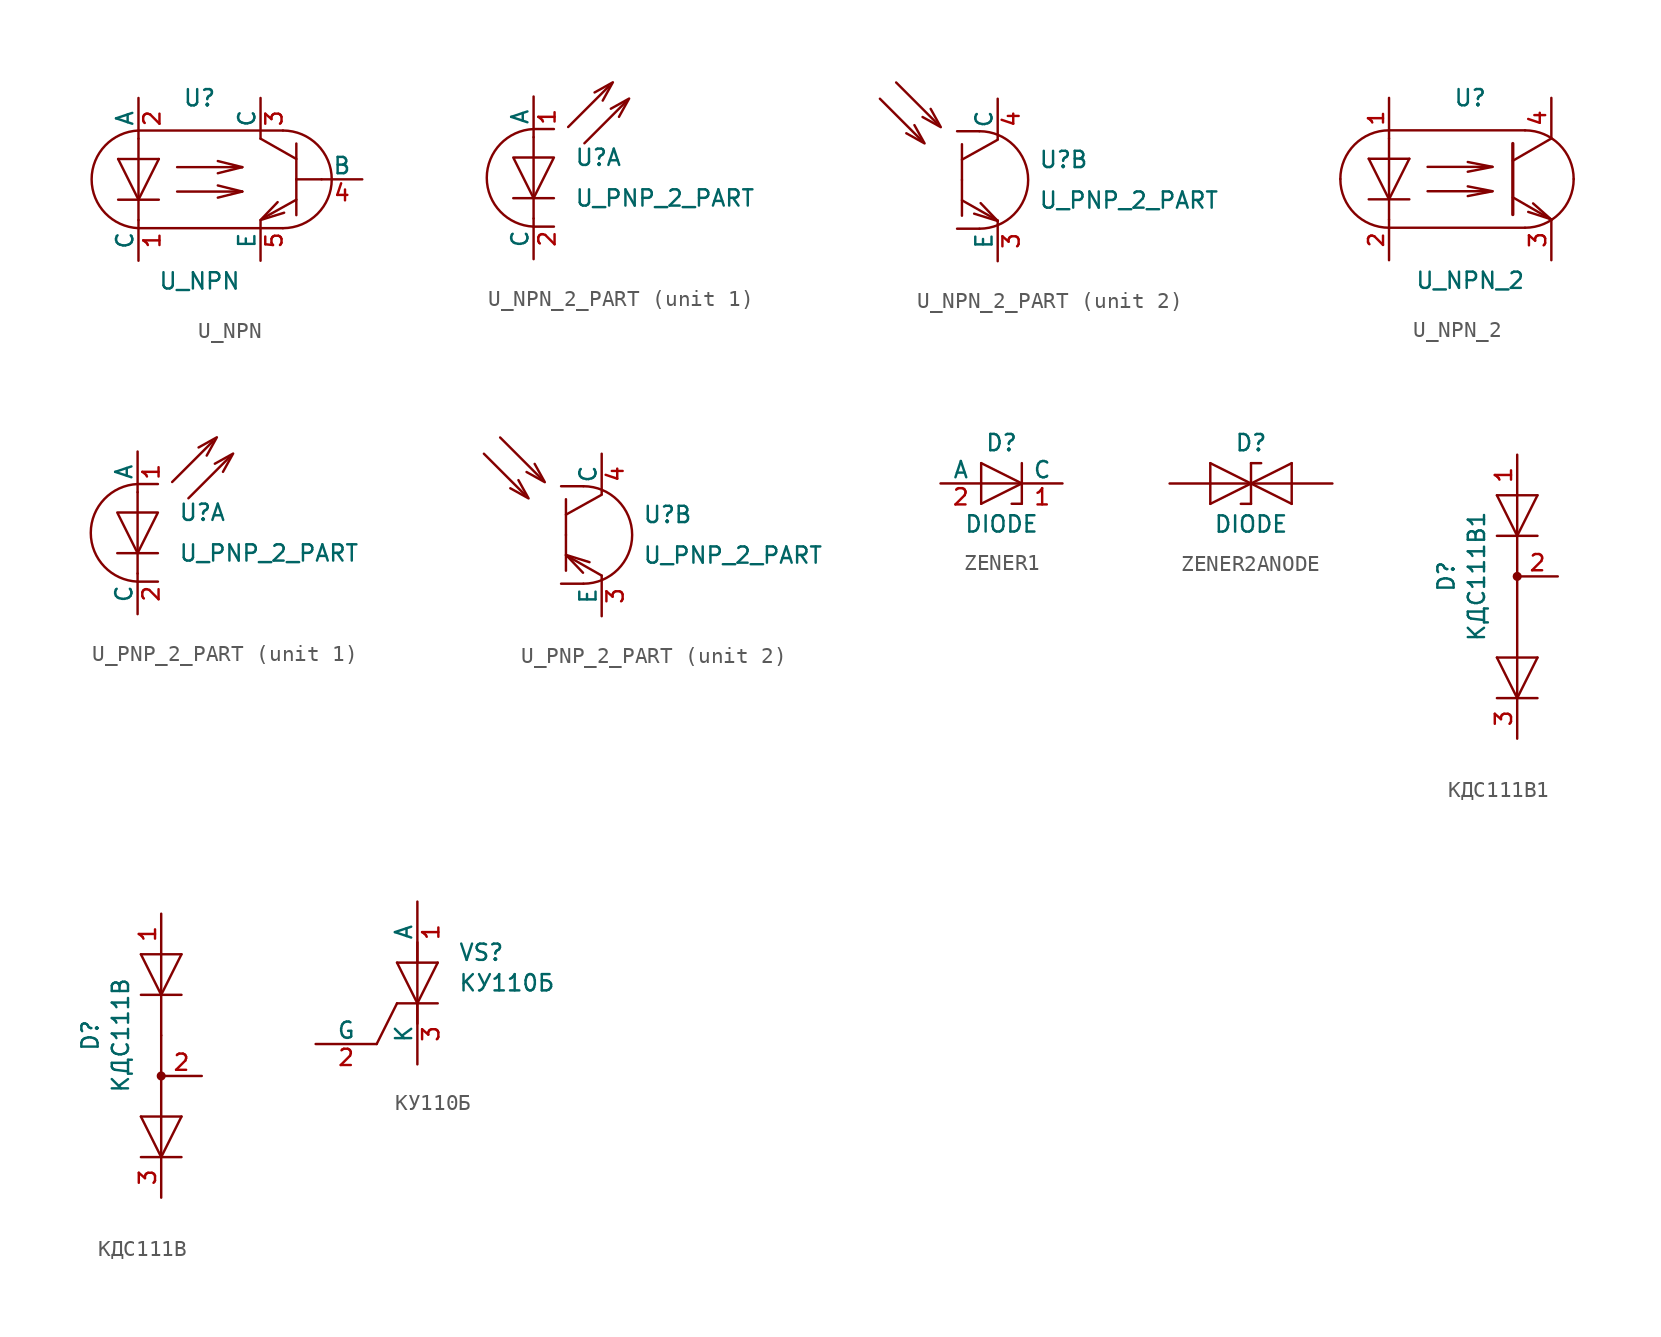
<source format=kicad_sym>
(kicad_symbol_lib
  (version 20241209)
  (generator "kicad_symbol_editor")
  (generator_version "9.0")
  (symbol "U_NPN"
    (pin_names
      (offset 0))
    (property "Reference" "U"
      (at -1.27 5.08 0)
      (effects (font (size 1.016 1.016))))
    (property "Value" "U_NPN"
      (at -1.27 -6.35 0)
      (effects (font (size 1.016 1.016))))
    (symbol "U_NPN_1_1"
      (polyline (pts (xy -6.35 1.27) (xy -5.08 -1.27)) (stroke (width 0) (type default)) (fill (type none)))
      (polyline (pts (xy -5.08 3.048) (xy 3.937 3.048)) (stroke (width 0) (type default)) (fill (type none)))
      (polyline (pts (xy -5.08 2.54) (xy -5.08 -2.54)) (stroke (width 0) (type default)) (fill (type none)))
      (arc (start -5.08 -3.048) (mid -8.0036 0) (end -5.08 3.048) (stroke (width 0) (type default)) (fill (type none)))
      (polyline (pts (xy -3.81 1.27) (xy -6.35 1.27)) (stroke (width 0) (type default)) (fill (type none)))
      (polyline (pts (xy -3.81 1.27) (xy -5.08 -1.27)) (stroke (width 0) (type default)) (fill (type none)))
      (polyline (pts (xy -3.81 -1.27) (xy -6.35 -1.27)) (stroke (width 0) (type default)) (fill (type none)))
      (polyline (pts (xy -2.667 0.762) (xy 1.397 0.762)) (stroke (width 0) (type default)) (fill (type none)))
      (polyline (pts (xy -2.667 -0.762) (xy 1.397 -0.762)) (stroke (width 0) (type default)) (fill (type none)))
      (polyline (pts (xy 1.397 0.762) (xy -0.127 1.143)) (stroke (width 0) (type default)) (fill (type none)))
      (polyline (pts (xy 1.397 0.762) (xy -0.127 0.381)) (stroke (width 0) (type default)) (fill (type none)))
      (polyline (pts (xy 1.397 -0.762) (xy -0.127 -0.381)) (stroke (width 0) (type default)) (fill (type none)))
      (polyline (pts (xy 1.397 -0.762) (xy -0.127 -1.143)) (stroke (width 0) (type default)) (fill (type none)))
      (polyline (pts (xy 2.54 2.54) (xy 4.775 1.27)) (stroke (width 0) (type default)) (fill (type none)))
      (polyline (pts (xy 2.718 -2.413) (xy 4.775 -1.27)) (stroke (width 0) (type default)) (fill (type none)))
      (polyline (pts (xy 3.607 -1.422) (xy 2.54 -2.54) (xy 4.013 -2.083)) (stroke (width 0) (type default)) (fill (type none)))
      (arc (start 3.937 3.048) (mid 6.9718 0) (end 3.937 -3.048) (stroke (width 0) (type default)) (fill (type none)))
      (polyline (pts (xy 3.937 -3.048) (xy -5.08 -3.048)) (stroke (width 0) (type default)) (fill (type none)))
      (polyline (pts (xy 4.775 0) (xy 4.775 2.235)) (stroke (width 0) (type default)) (fill (type none)))
      (polyline (pts (xy 4.775 0) (xy 4.775 -2.235)) (stroke (width 0) (type default)) (fill (type none)))
      (polyline (pts (xy 6.35 0) (xy 4.775 0)) (stroke (width 0) (type default)) (fill (type none)))
      (pin passive line (at -5.08 5.08 270) (length 2.54) (name "A" (effects (font (size 1.016 1.016)))) (number "2" (effects (font (size 1.016 1.016)))))
      (pin passive line (at -5.08 -5.08 90) (length 2.54) (name "C" (effects (font (size 1.016 1.016)))) (number "1" (effects (font (size 1.016 1.016)))))
      (pin passive line (at 2.54 5.08 270) (length 2.54) (name "C" (effects (font (size 1.016 1.016)))) (number "3" (effects (font (size 1.016 1.016)))))
      (pin passive line (at 2.54 -5.08 90) (length 2.54) (name "E" (effects (font (size 1.016 1.016)))) (number "5" (effects (font (size 1.016 1.016)))))
      (pin passive line (at 8.89 0 180) (length 2.54) (name "B" (effects (font (size 1.016 1.016)))) (number "4" (effects (font (size 1.016 1.016)))))))
  (symbol "U_NPN_2_PART"
    (pin_names
      (offset 0))
    (property "Reference" "U"
      (at 2.54 1.27 0)
      (effects (font (size 1.016 1.016)) (justify left)))
    (property "Value" "U_PNP_2_PART"
      (at 2.54 -1.27 0)
      (effects (font (size 1.016 1.016)) (justify left)))
    (property "ki_locked" ""
      (at 0 0 0)
      (effects (font (size 1.27 1.27))))
    (symbol "U_NPN_2_PART_1_1"
      (polyline (pts (xy -1.27 -1.27) (xy 1.27 -1.27)) (stroke (width 0) (type default)) (fill (type none)))
      (polyline (pts (xy 0 3.048) (xy 1.27 3.048)) (stroke (width 0) (type default)) (fill (type none)))
      (polyline (pts (xy 0 2.54) (xy 0 -2.54)) (stroke (width 0) (type default)) (fill (type none)))
      (polyline (pts (xy 0 -1.27) (xy 1.27 1.27) (xy -1.27 1.27) (xy 0 -1.27)) (stroke (width 0) (type default)) (fill (type none)))
      (arc (start 0 -3.048) (mid -2.9236 0) (end 0 3.048) (stroke (width 0) (type default)) (fill (type none)))
      (polyline (pts (xy 1.27 -3.048) (xy 0 -3.048)) (stroke (width 0) (type default)) (fill (type none)))
      (polyline (pts (xy 4.699 5.715) (xy 2.159 3.175)) (stroke (width 0) (type default)) (fill (type none)))
      (polyline (pts (xy 4.953 5.969) (xy 4.318 4.826) (xy 4.953 5.969) (xy 3.81 5.334) (xy 4.953 5.969)) (stroke (width 0) (type default)) (fill (type none)))
      (polyline (pts (xy 5.715 4.699) (xy 3.175 2.159)) (stroke (width 0) (type default)) (fill (type none)))
      (polyline (pts (xy 5.969 4.953) (xy 5.334 3.81) (xy 5.969 4.953) (xy 4.826 4.318) (xy 5.969 4.953)) (stroke (width 0) (type default)) (fill (type none)))
      (pin passive line (at 0 5.08 270) (length 2.54) (name "A" (effects (font (size 1.016 1.016)))) (number "1" (effects (font (size 1.016 1.016)))))
      (pin passive line (at 0 -5.08 90) (length 2.54) (name "C" (effects (font (size 1.016 1.016)))) (number "2" (effects (font (size 1.016 1.016))))))
    (symbol "U_NPN_2_PART_2_1"
      (polyline (pts (xy -4.826 2.54) (xy -7.366 5.08)) (stroke (width 0) (type default)) (fill (type none)))
      (polyline (pts (xy -4.572 2.286) (xy -5.715 2.921) (xy -4.572 2.286) (xy -5.207 3.429) (xy -4.572 2.286)) (stroke (width 0) (type default)) (fill (type none)))
      (polyline (pts (xy -3.81 3.556) (xy -6.35 6.096)) (stroke (width 0) (type default)) (fill (type none)))
      (polyline (pts (xy -3.556 3.302) (xy -4.699 3.937) (xy -3.556 3.302) (xy -4.191 4.445) (xy -3.556 3.302)) (stroke (width 0) (type default)) (fill (type none)))
      (polyline (pts (xy -2.54 3.048) (xy -1.143 3.048)) (stroke (width 0) (type default)) (fill (type none)))
      (polyline (pts (xy -2.235 0) (xy -2.235 2.235)) (stroke (width 0) (type default)) (fill (type none)))
      (polyline (pts (xy -2.235 0) (xy -2.235 -2.235)) (stroke (width 0) (type default)) (fill (type none)))
      (arc (start -1.143 3.048) (mid 1.8918 0) (end -1.143 -3.048) (stroke (width 0) (type default)) (fill (type none)))
      (polyline (pts (xy -1.143 -3.048) (xy -2.54 -3.048)) (stroke (width 0) (type default)) (fill (type none)))
      (polyline (pts (xy -1.067 -1.448) (xy 0 -2.565) (xy -1.473 -2.108)) (stroke (width 0) (type default)) (fill (type none)))
      (polyline (pts (xy 0 2.515) (xy -2.235 1.27)) (stroke (width 0) (type default)) (fill (type none)))
      (polyline (pts (xy 0 -2.54) (xy -2.235 -1.27)) (stroke (width 0) (type default)) (fill (type none)))
      (pin passive line (at 0 5.08 270) (length 2.54) (name "C" (effects (font (size 1.016 1.016)))) (number "4" (effects (font (size 1.016 1.016)))))
      (pin passive line (at 0 -5.08 90) (length 2.54) (name "E" (effects (font (size 1.016 1.016)))) (number "3" (effects (font (size 1.016 1.016)))))))
  (symbol "U_NPN_2"
    (pin_names
      (offset 0)
      (hide yes))
    (property "Reference" "U"
      (at 1.27 5.08 0)
      (effects (font (size 1.016 1.016))))
    (property "Value" "U_NPN_2"
      (at 1.27 -6.35 0)
      (effects (font (size 1.016 1.016))))
    (symbol "U_NPN_2_0_1"
      (arc (start -6.858 0) (mid -5.9653 2.1553) (end -3.81 3.048) (stroke (width 0) (type default)) (fill (type none)))
      (arc (start -3.81 -3.048) (mid -5.9653 -2.1553) (end -6.858 0) (stroke (width 0) (type default)) (fill (type none)))
      (polyline (pts (xy 3.937 1.143) (xy 6.35 2.54)) (stroke (width 0) (type default)) (fill (type none)))
      (polyline (pts (xy 3.937 -1.143) (xy 6.35 -2.54)) (stroke (width 0) (type default)) (fill (type none)))
      (polyline (pts (xy 4.699 3.048) (xy -3.81 3.048)) (stroke (width 0) (type default)) (fill (type none)))
      (arc (start 4.699 3.048) (mid 6.8543 2.1553) (end 7.747 0) (stroke (width 0) (type default)) (fill (type none)))
      (arc (start 7.747 0) (mid 6.8543 -2.1553) (end 4.699 -3.048) (stroke (width 0) (type default)) (fill (type none)))
      (polyline (pts (xy 4.699 -3.048) (xy -3.81 -3.048)) (stroke (width 0) (type default)) (fill (type none)))
      (polyline (pts (xy 4.902 -2.057) (xy 6.35 -2.524)) (stroke (width 0) (type default)) (fill (type none)))
      (polyline (pts (xy 5.207 -1.524) (xy 6.35 -2.54)) (stroke (width 0) (type default)) (fill (type none))))
    (symbol "U_NPN_2_1_1"
      (polyline (pts (xy -5.08 1.27) (xy -3.81 -1.27)) (stroke (width 0) (type default)) (fill (type none)))
      (polyline (pts (xy -3.81 2.54) (xy -3.81 -2.54)) (stroke (width 0) (type default)) (fill (type none)))
      (polyline (pts (xy -2.54 1.27) (xy -5.08 1.27)) (stroke (width 0) (type default)) (fill (type none)))
      (polyline (pts (xy -2.54 1.27) (xy -3.81 -1.27)) (stroke (width 0) (type default)) (fill (type none)))
      (polyline (pts (xy -2.54 -1.27) (xy -5.08 -1.27)) (stroke (width 0) (type default)) (fill (type none)))
      (polyline (pts (xy -1.397 0.762) (xy 2.667 0.762)) (stroke (width 0) (type default)) (fill (type none)))
      (polyline (pts (xy -1.397 -0.762) (xy 2.667 -0.762)) (stroke (width 0) (type default)) (fill (type none)))
      (polyline (pts (xy 1.118 1.067) (xy 2.667 0.762) (xy 1.118 0.457)) (stroke (width 0) (type default)) (fill (type none)))
      (polyline (pts (xy 1.118 -0.457) (xy 2.667 -0.762) (xy 1.118 -1.067)) (stroke (width 0) (type default)) (fill (type none)))
      (polyline (pts (xy 3.937 2.223) (xy 3.937 -2.223)) (stroke (width 0.203) (type default)) (fill (type none)))
      (pin passive line (at -3.81 5.08 270) (length 2.54) (name "A" (effects (font (size 0.94 0.94)))) (number "1" (effects (font (size 0.94 0.94)))))
      (pin passive line (at -3.81 -5.08 90) (length 2.54) (name "C" (effects (font (size 0.94 0.94)))) (number "2" (effects (font (size 0.94 0.94)))))
      (pin input line (at 6.35 5.08 270) (length 2.54) (name "C" (effects (font (size 1.016 1.016)))) (number "4" (effects (font (size 1.016 1.016)))))
      (pin input line (at 6.35 -5.08 90) (length 2.54) (name "E" (effects (font (size 1.016 1.016)))) (number "3" (effects (font (size 1.016 1.016)))))))
  (symbol "U_PNP_2_PART"
    (pin_names
      (offset 0))
    (property "Reference" "U"
      (at 2.54 1.27 0)
      (effects (font (size 1.016 1.016)) (justify left)))
    (property "Value" "U_PNP_2_PART"
      (at 2.54 -1.27 0)
      (effects (font (size 1.016 1.016)) (justify left)))
    (property "ki_locked" ""
      (at 0 0 0)
      (effects (font (size 1.27 1.27))))
    (symbol "U_PNP_2_PART_1_1"
      (polyline (pts (xy -1.27 -1.27) (xy 1.27 -1.27)) (stroke (width 0) (type default)) (fill (type none)))
      (polyline (pts (xy 0 3.048) (xy 1.27 3.048)) (stroke (width 0) (type default)) (fill (type none)))
      (polyline (pts (xy 0 2.54) (xy 0 -2.54)) (stroke (width 0) (type default)) (fill (type none)))
      (polyline (pts (xy 0 -1.27) (xy 1.27 1.27) (xy -1.27 1.27) (xy 0 -1.27)) (stroke (width 0) (type default)) (fill (type none)))
      (arc (start 0 -3.048) (mid -2.9236 0) (end 0 3.048) (stroke (width 0) (type default)) (fill (type none)))
      (polyline (pts (xy 1.27 -3.048) (xy 0 -3.048)) (stroke (width 0) (type default)) (fill (type none)))
      (polyline (pts (xy 4.699 5.715) (xy 2.159 3.175)) (stroke (width 0) (type default)) (fill (type none)))
      (polyline (pts (xy 4.953 5.969) (xy 4.318 4.826) (xy 4.953 5.969) (xy 3.81 5.334) (xy 4.953 5.969)) (stroke (width 0) (type default)) (fill (type none)))
      (polyline (pts (xy 5.715 4.699) (xy 3.175 2.159)) (stroke (width 0) (type default)) (fill (type none)))
      (polyline (pts (xy 5.969 4.953) (xy 5.334 3.81) (xy 5.969 4.953) (xy 4.826 4.318) (xy 5.969 4.953)) (stroke (width 0) (type default)) (fill (type none)))
      (pin passive line (at 0 5.08 270) (length 2.54) (name "A" (effects (font (size 1.016 1.016)))) (number "1" (effects (font (size 1.016 1.016)))))
      (pin passive line (at 0 -5.08 90) (length 2.54) (name "C" (effects (font (size 1.016 1.016)))) (number "2" (effects (font (size 1.016 1.016))))))
    (symbol "U_PNP_2_PART_2_1"
      (polyline (pts (xy -4.826 2.54) (xy -7.366 5.08)) (stroke (width 0) (type default)) (fill (type none)))
      (polyline (pts (xy -4.572 2.286) (xy -5.715 2.921) (xy -4.572 2.286) (xy -5.207 3.429) (xy -4.572 2.286)) (stroke (width 0) (type default)) (fill (type none)))
      (polyline (pts (xy -3.81 3.556) (xy -6.35 6.096)) (stroke (width 0) (type default)) (fill (type none)))
      (polyline (pts (xy -3.556 3.302) (xy -4.699 3.937) (xy -3.556 3.302) (xy -4.191 4.445) (xy -3.556 3.302)) (stroke (width 0) (type default)) (fill (type none)))
      (polyline (pts (xy -2.54 3.048) (xy -1.143 3.048)) (stroke (width 0) (type default)) (fill (type none)))
      (polyline (pts (xy -2.235 0) (xy -2.235 2.235)) (stroke (width 0) (type default)) (fill (type none)))
      (polyline (pts (xy -2.235 0) (xy -2.235 -2.235)) (stroke (width 0) (type default)) (fill (type none)))
      (polyline (pts (xy -1.168 -2.362) (xy -2.235 -1.245) (xy -0.762 -1.702)) (stroke (width 0) (type default)) (fill (type none)))
      (arc (start -1.143 3.048) (mid 1.8918 0) (end -1.143 -3.048) (stroke (width 0) (type default)) (fill (type none)))
      (polyline (pts (xy -1.143 -3.048) (xy -2.54 -3.048)) (stroke (width 0) (type default)) (fill (type none)))
      (polyline (pts (xy 0 2.515) (xy -2.235 1.27)) (stroke (width 0) (type default)) (fill (type none)))
      (polyline (pts (xy 0 -2.54) (xy -2.235 -1.27)) (stroke (width 0) (type default)) (fill (type none)))
      (pin passive line (at 0 5.08 270) (length 2.54) (name "C" (effects (font (size 1.016 1.016)))) (number "4" (effects (font (size 1.016 1.016)))))
      (pin passive line (at 0 -5.08 90) (length 2.54) (name "E" (effects (font (size 1.016 1.016)))) (number "3" (effects (font (size 1.016 1.016)))))))
  (symbol "ZENER1"
    (pin_names
      (offset 0))
    (property "Reference" "D"
      (at 0 2.54 0)
      (effects (font (size 1.016 1.016))))
    (property "Value" "DIODE"
      (at 0 -2.54 0)
      (effects (font (size 1.016 1.016))))
    (symbol "ZENER1_1_1"
      (polyline (pts (xy -1.27 1.27) (xy -1.27 -1.27)) (stroke (width 0) (type default)) (fill (type none)))
      (polyline (pts (xy -1.27 1.27) (xy 1.27 0)) (stroke (width 0) (type default)) (fill (type none)))
      (polyline (pts (xy -1.27 0) (xy 1.27 0)) (stroke (width 0) (type default)) (fill (type none)))
      (polyline (pts (xy -1.27 -1.27) (xy 1.27 0)) (stroke (width 0) (type default)) (fill (type none)))
      (polyline (pts (xy 1.27 1.27) (xy 1.27 -1.27)) (stroke (width 0) (type default)) (fill (type none)))
      (polyline (pts (xy 1.27 -1.27) (xy 0.635 -1.27)) (stroke (width 0) (type default)) (fill (type none)))
      (pin passive line (at -3.81 0 0) (length 2.54) (name "A" (effects (font (size 1.016 1.016)))) (number "2" (effects (font (size 1.016 1.016)))))
      (pin passive line (at 3.81 0 180) (length 2.54) (name "C" (effects (font (size 1.016 1.016)))) (number "1" (effects (font (size 1.016 1.016)))))))
  (symbol "ZENER2ANODE"
    (pin_numbers
      (hide yes))
    (pin_names
      (offset 0)
      (hide yes))
    (property "Reference" "D"
      (at 0 2.54 0)
      (effects (font (size 1.016 1.016))))
    (property "Value" "DIODE"
      (at 0 -2.54 0)
      (effects (font (size 1.016 1.016))))
    (symbol "ZENER2ANODE_1_1"
      (polyline (pts (xy -2.54 1.27) (xy -2.54 -1.27)) (stroke (width 0) (type default)) (fill (type none)))
      (polyline (pts (xy -2.54 1.27) (xy 0 0)) (stroke (width 0) (type default)) (fill (type none)))
      (polyline (pts (xy -2.54 0) (xy 0 0)) (stroke (width 0) (type default)) (fill (type none)))
      (polyline (pts (xy -2.54 -1.27) (xy 0 0)) (stroke (width 0) (type default)) (fill (type none)))
      (polyline (pts (xy 0 1.27) (xy 0 -1.27)) (stroke (width 0) (type default)) (fill (type none)))
      (polyline (pts (xy 0 0) (xy 2.54 0)) (stroke (width 0) (type default)) (fill (type none)))
      (polyline (pts (xy 0 -1.27) (xy -0.635 -1.27)) (stroke (width 0) (type default)) (fill (type none)))
      (polyline (pts (xy 0.635 1.27) (xy 0 1.27)) (stroke (width 0) (type default)) (fill (type none)))
      (polyline (pts (xy 2.54 1.27) (xy 0 0)) (stroke (width 0) (type default)) (fill (type none)))
      (polyline (pts (xy 2.54 -1.27) (xy 0 0)) (stroke (width 0) (type default)) (fill (type none)))
      (polyline (pts (xy 2.54 -1.27) (xy 2.54 1.27)) (stroke (width 0) (type default)) (fill (type none)))
      (pin passive line (at -5.08 0 0) (length 2.54) (name "A" (effects (font (size 1.016 1.016)))) (number "2" (effects (font (size 1.016 1.016)))))
      (pin passive line (at 5.08 0 180) (length 2.54) (name "C" (effects (font (size 1.016 1.016)))) (number "1" (effects (font (size 1.016 1.016)))))))
  (symbol "КДС111В1"
    (pin_names
      (offset 0)
      (hide yes))
    (property "Reference" "D"
      (at -4.445 0 90)
      (effects (font (size 1.016 1.016))))
    (property "Value" "КДС111В1"
      (at -2.54 0 90)
      (effects (font (size 1.016 1.016))))
    (symbol "КДС111В1_0_1"
      (polyline (pts (xy 0 2.54) (xy 0 0)) (stroke (width 0) (type default)) (fill (type none)))
      (polyline (pts (xy 0 0) (xy 0 -5.08)) (stroke (width 0) (type default)) (fill (type none))))
    (symbol "КДС111В1_1_1"
      (polyline (pts (xy -1.27 5.08) (xy 0 2.54)) (stroke (width 0) (type default)) (fill (type none)))
      (polyline (pts (xy -1.27 5.08) (xy 1.27 5.08)) (stroke (width 0) (type default)) (fill (type none)))
      (polyline (pts (xy -1.27 2.54) (xy 1.27 2.54)) (stroke (width 0) (type default)) (fill (type none)))
      (polyline (pts (xy -1.27 -5.08) (xy 0 -7.62)) (stroke (width 0) (type default)) (fill (type none)))
      (polyline (pts (xy -1.27 -5.08) (xy 1.27 -5.08)) (stroke (width 0) (type default)) (fill (type none)))
      (polyline (pts (xy -1.27 -7.62) (xy 1.27 -7.62)) (stroke (width 0) (type default)) (fill (type none)))
      (polyline (pts (xy 0 5.08) (xy 0 2.54)) (stroke (width 0) (type default)) (fill (type none)))
      (circle (center 0 0) (radius 0.209) (stroke (width 0) (type default)) (fill (type outline)))
      (polyline (pts (xy 0 -5.08) (xy 0 -7.62)) (stroke (width 0) (type default)) (fill (type none)))
      (polyline (pts (xy 1.27 5.08) (xy 0 2.54)) (stroke (width 0) (type default)) (fill (type none)))
      (polyline (pts (xy 1.27 -5.08) (xy 0 -7.62)) (stroke (width 0) (type default)) (fill (type none)))
      (pin passive line (at 0 7.62 270) (length 2.54) (name "A" (effects (font (size 1.016 1.016)))) (number "1" (effects (font (size 1.016 1.016)))))
      (pin passive line (at 0 -10.16 90) (length 2.54) (name "A" (effects (font (size 1.016 1.016)))) (number "3" (effects (font (size 1.016 1.016)))))
      (pin passive line (at 2.54 0 180) (length 2.54) (name "C" (effects (font (size 1.016 1.016)))) (number "2" (effects (font (size 1.016 1.016)))))))
  (symbol "КДС111В"
    (pin_names
      (offset 0)
      (hide yes))
    (property "Reference" "D"
      (at -4.445 0 90)
      (effects (font (size 1.016 1.016))))
    (property "Value" "КДС111В"
      (at -2.54 0 90)
      (effects (font (size 1.016 1.016))))
    (symbol "КДС111В_0_1"
      (polyline (pts (xy 0 2.54) (xy 0 0)) (stroke (width 0) (type default)) (fill (type none)))
      (polyline (pts (xy 0 0) (xy 0 -5.08)) (stroke (width 0) (type default)) (fill (type none))))
    (symbol "КДС111В_1_1"
      (polyline (pts (xy -1.27 5.08) (xy 0 2.54)) (stroke (width 0) (type default)) (fill (type none)))
      (polyline (pts (xy -1.27 5.08) (xy 1.27 5.08)) (stroke (width 0) (type default)) (fill (type none)))
      (polyline (pts (xy -1.27 2.54) (xy 1.27 2.54)) (stroke (width 0) (type default)) (fill (type none)))
      (polyline (pts (xy -1.27 -5.08) (xy 0 -7.62)) (stroke (width 0) (type default)) (fill (type none)))
      (polyline (pts (xy -1.27 -5.08) (xy 1.27 -5.08)) (stroke (width 0) (type default)) (fill (type none)))
      (polyline (pts (xy -1.27 -7.62) (xy 1.27 -7.62)) (stroke (width 0) (type default)) (fill (type none)))
      (polyline (pts (xy 0 5.08) (xy 0 2.54)) (stroke (width 0) (type default)) (fill (type none)))
      (circle (center 0 -2.54) (radius 0.209) (stroke (width 0) (type default)) (fill (type outline)))
      (polyline (pts (xy 0 -5.08) (xy 0 -7.62)) (stroke (width 0) (type default)) (fill (type none)))
      (polyline (pts (xy 1.27 5.08) (xy 0 2.54)) (stroke (width 0) (type default)) (fill (type none)))
      (polyline (pts (xy 1.27 -5.08) (xy 0 -7.62)) (stroke (width 0) (type default)) (fill (type none)))
      (pin passive line (at 0 7.62 270) (length 2.54) (name "A" (effects (font (size 1.016 1.016)))) (number "1" (effects (font (size 1.016 1.016)))))
      (pin passive line (at 0 -10.16 90) (length 2.54) (name "A" (effects (font (size 1.016 1.016)))) (number "3" (effects (font (size 1.016 1.016)))))
      (pin passive line (at 2.54 -2.54 180) (length 2.54) (name "C" (effects (font (size 1.016 1.016)))) (number "2" (effects (font (size 1.016 1.016)))))))
  (symbol "КУ110Б"
    (pin_names
      (offset 0))
    (property "Reference" "VS"
      (at 2.54 1.905 0)
      (effects (font (size 1.016 1.016)) (justify left)))
    (property "Value" "КУ110Б"
      (at 2.54 0 0)
      (effects (font (size 1.016 1.016)) (justify left)))
    (symbol "КУ110Б_0_1"
      (polyline (pts (xy -1.27 -1.27) (xy -2.54 -3.81)) (stroke (width 0) (type default)) (fill (type none)))
      (polyline (pts (xy 0 -2.54) (xy 0 2.54)) (stroke (width 0) (type default)) (fill (type none))))
    (symbol "КУ110Б_1_1"
      (polyline (pts (xy -1.27 1.27) (xy 0 -1.27)) (stroke (width 0) (type default)) (fill (type none)))
      (polyline (pts (xy 1.27 1.27) (xy -1.27 1.27)) (stroke (width 0) (type default)) (fill (type none)))
      (polyline (pts (xy 1.27 1.27) (xy 0 -1.27)) (stroke (width 0) (type default)) (fill (type none)))
      (polyline (pts (xy 1.27 -1.27) (xy -1.27 -1.27)) (stroke (width 0) (type default)) (fill (type none)))
      (pin input line (at -6.35 -3.81 0) (length 3.81) (name "G" (effects (font (size 1.016 1.016)))) (number "2" (effects (font (size 1.016 1.016)))))
      (pin passive line (at 0 5.08 270) (length 3.81) (name "A" (effects (font (size 1.016 1.016)))) (number "1" (effects (font (size 1.016 1.016)))))
      (pin passive line (at 0 -5.08 90) (length 3.81) (name "K" (effects (font (size 1.016 1.016)))) (number "3" (effects (font (size 1.016 1.016))))))))
</source>
